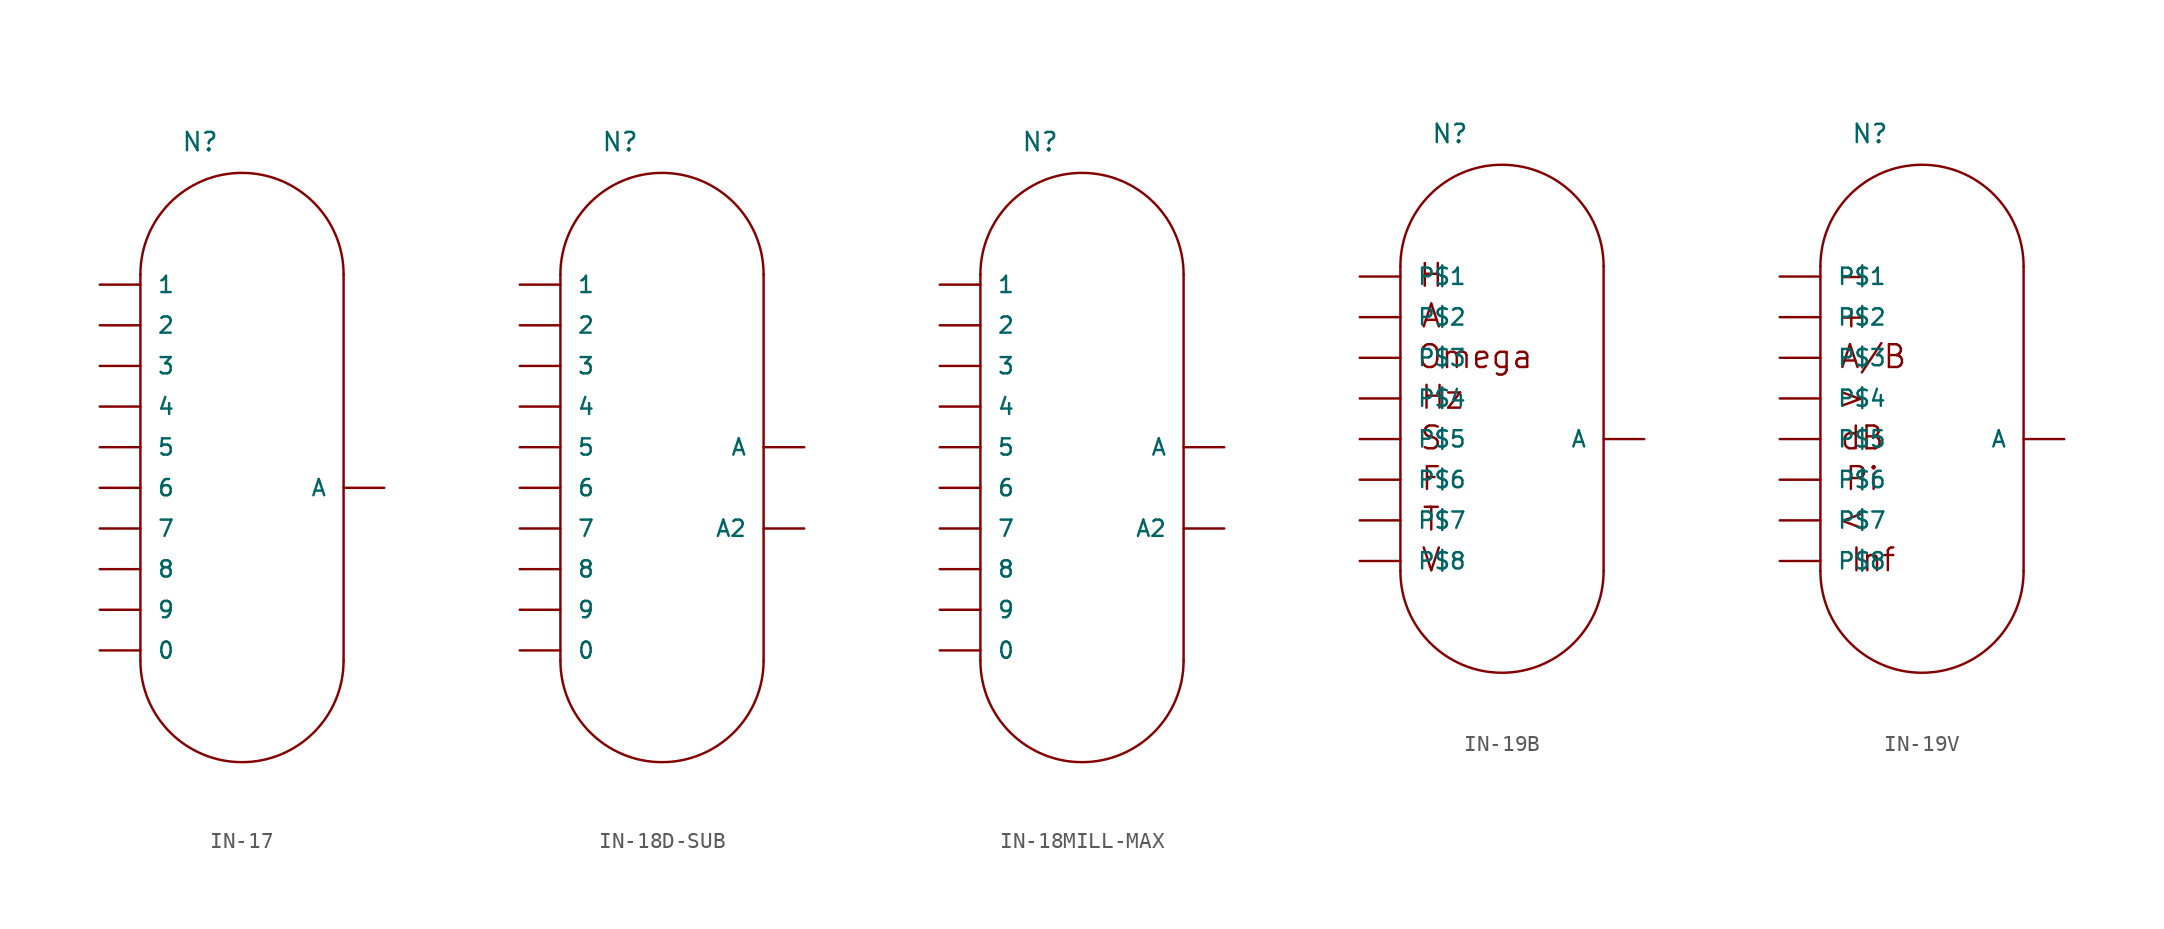
<source format=kicad_sym>
(kicad_symbol_lib
  (version 20231120)
  (generator "kicad_symbol_editor")
  (generator_version "8.0")
  (symbol "IN-17"
    (pin_numbers hide)
    (pin_names
      (offset 1.016))
    (property "Reference" "N"
      (at -2.54 20.955 0)
      (effects (font (size 1.143 1.143)) (justify left bottom)))
    (property "ki_locked" ""
      (at 0 0 0)
      (effects (font (size 1.27 1.27))))
    (symbol "IN-17_1_0"
      (polyline (pts (xy -5.08 -10.795) (xy -5.08 13.335)) (stroke (width 0) (type solid)) (fill (type none)))
      (polyline (pts (xy 7.62 -10.795) (xy 7.62 13.335)) (stroke (width 0) (type solid)) (fill (type none))))
    (symbol "IN-17_1_1"
      (arc (start -5.08 -10.795) (mid 1.27 -17.145) (end 7.62 -10.795) (stroke (width 0) (type solid)) (fill (type none)))
      (arc (start 7.62 13.335) (mid 1.27 19.685) (end -5.08 13.335) (stroke (width 0) (type solid)) (fill (type none)))
      (pin bidirectional line (at -7.62 -10.16 0) (length 2.54) (name "0" (effects (font (size 1.016 1.016)))) (number "0" (effects (font (size 1.016 1.016)))))
      (pin bidirectional line (at -7.62 12.7 0) (length 2.54) (name "1" (effects (font (size 1.016 1.016)))) (number "1" (effects (font (size 1.016 1.016)))))
      (pin bidirectional line (at -7.62 10.16 0) (length 2.54) (name "2" (effects (font (size 1.016 1.016)))) (number "2" (effects (font (size 1.016 1.016)))))
      (pin bidirectional line (at -7.62 7.62 0) (length 2.54) (name "3" (effects (font (size 1.016 1.016)))) (number "3" (effects (font (size 1.016 1.016)))))
      (pin bidirectional line (at -7.62 5.08 0) (length 2.54) (name "4" (effects (font (size 1.016 1.016)))) (number "4" (effects (font (size 1.016 1.016)))))
      (pin bidirectional line (at -7.62 2.54 0) (length 2.54) (name "5" (effects (font (size 1.016 1.016)))) (number "5" (effects (font (size 1.016 1.016)))))
      (pin bidirectional line (at -7.62 0 0) (length 2.54) (name "6" (effects (font (size 1.016 1.016)))) (number "6" (effects (font (size 1.016 1.016)))))
      (pin bidirectional line (at -7.62 -2.54 0) (length 2.54) (name "7" (effects (font (size 1.016 1.016)))) (number "7" (effects (font (size 1.016 1.016)))))
      (pin bidirectional line (at -7.62 -5.08 0) (length 2.54) (name "8" (effects (font (size 1.016 1.016)))) (number "8" (effects (font (size 1.016 1.016)))))
      (pin bidirectional line (at -7.62 -7.62 0) (length 2.54) (name "9" (effects (font (size 1.016 1.016)))) (number "9" (effects (font (size 1.016 1.016)))))
      (pin bidirectional line (at 10.16 0 180) (length 2.54) (name "A" (effects (font (size 1.016 1.016)))) (number "A" (effects (font (size 1.016 1.016)))))))
  (symbol "IN-18D-SUB"
    (pin_numbers hide)
    (pin_names
      (offset 1.016))
    (property "Reference" "N"
      (at -5.08 20.955 0)
      (effects (font (size 1.143 1.143)) (justify left bottom)))
    (property "ki_locked" ""
      (at 0 0 0)
      (effects (font (size 1.27 1.27))))
    (symbol "IN-18D-SUB_1_0"
      (polyline (pts (xy -7.62 -10.795) (xy -7.62 13.335)) (stroke (width 0) (type solid)) (fill (type none)))
      (polyline (pts (xy 5.08 -10.795) (xy 5.08 13.335)) (stroke (width 0) (type solid)) (fill (type none))))
    (symbol "IN-18D-SUB_1_1"
      (arc (start -7.62 -10.795) (mid -1.27 -17.145) (end 5.08 -10.795) (stroke (width 0) (type solid)) (fill (type none)))
      (arc (start 5.08 13.335) (mid -1.27 19.685) (end -7.62 13.335) (stroke (width 0) (type solid)) (fill (type none)))
      (pin bidirectional line (at -10.16 -10.16 0) (length 2.54) (name "0" (effects (font (size 1.016 1.016)))) (number "0" (effects (font (size 1.016 1.016)))))
      (pin bidirectional line (at -10.16 12.7 0) (length 2.54) (name "1" (effects (font (size 1.016 1.016)))) (number "1" (effects (font (size 1.016 1.016)))))
      (pin bidirectional line (at -10.16 10.16 0) (length 2.54) (name "2" (effects (font (size 1.016 1.016)))) (number "2" (effects (font (size 1.016 1.016)))))
      (pin bidirectional line (at -10.16 7.62 0) (length 2.54) (name "3" (effects (font (size 1.016 1.016)))) (number "3" (effects (font (size 1.016 1.016)))))
      (pin bidirectional line (at -10.16 5.08 0) (length 2.54) (name "4" (effects (font (size 1.016 1.016)))) (number "4" (effects (font (size 1.016 1.016)))))
      (pin bidirectional line (at -10.16 2.54 0) (length 2.54) (name "5" (effects (font (size 1.016 1.016)))) (number "5" (effects (font (size 1.016 1.016)))))
      (pin bidirectional line (at -10.16 0 0) (length 2.54) (name "6" (effects (font (size 1.016 1.016)))) (number "6" (effects (font (size 1.016 1.016)))))
      (pin bidirectional line (at -10.16 -2.54 0) (length 2.54) (name "7" (effects (font (size 1.016 1.016)))) (number "7" (effects (font (size 1.016 1.016)))))
      (pin bidirectional line (at -10.16 -5.08 0) (length 2.54) (name "8" (effects (font (size 1.016 1.016)))) (number "8" (effects (font (size 1.016 1.016)))))
      (pin bidirectional line (at -10.16 -7.62 0) (length 2.54) (name "9" (effects (font (size 1.016 1.016)))) (number "9" (effects (font (size 1.016 1.016)))))
      (pin bidirectional line (at 7.62 2.54 180) (length 2.54) (name "A" (effects (font (size 1.016 1.016)))) (number "A" (effects (font (size 1.016 1.016)))))
      (pin bidirectional line (at 7.62 -2.54 180) (length 2.54) (name "A2" (effects (font (size 1.016 1.016)))) (number "A2" (effects (font (size 1.016 1.016)))))))
  (symbol "IN-18MILL-MAX"
    (pin_numbers hide)
    (pin_names
      (offset 1.016))
    (property "Reference" "N"
      (at -5.08 20.955 0)
      (effects (font (size 1.143 1.143)) (justify left bottom)))
    (property "ki_locked" ""
      (at 0 0 0)
      (effects (font (size 1.27 1.27))))
    (symbol "IN-18MILL-MAX_1_0"
      (polyline (pts (xy -7.62 -10.795) (xy -7.62 13.335)) (stroke (width 0) (type solid)) (fill (type none)))
      (polyline (pts (xy 5.08 -10.795) (xy 5.08 13.335)) (stroke (width 0) (type solid)) (fill (type none))))
    (symbol "IN-18MILL-MAX_1_1"
      (arc (start -7.62 -10.795) (mid -1.27 -17.145) (end 5.08 -10.795) (stroke (width 0) (type solid)) (fill (type none)))
      (arc (start 5.08 13.335) (mid -1.27 19.685) (end -7.62 13.335) (stroke (width 0) (type solid)) (fill (type none)))
      (pin bidirectional line (at -10.16 -10.16 0) (length 2.54) (name "0" (effects (font (size 1.016 1.016)))) (number "0" (effects (font (size 1.016 1.016)))))
      (pin bidirectional line (at -10.16 12.7 0) (length 2.54) (name "1" (effects (font (size 1.016 1.016)))) (number "1" (effects (font (size 1.016 1.016)))))
      (pin bidirectional line (at -10.16 10.16 0) (length 2.54) (name "2" (effects (font (size 1.016 1.016)))) (number "2" (effects (font (size 1.016 1.016)))))
      (pin bidirectional line (at -10.16 7.62 0) (length 2.54) (name "3" (effects (font (size 1.016 1.016)))) (number "3" (effects (font (size 1.016 1.016)))))
      (pin bidirectional line (at -10.16 5.08 0) (length 2.54) (name "4" (effects (font (size 1.016 1.016)))) (number "4" (effects (font (size 1.016 1.016)))))
      (pin bidirectional line (at -10.16 2.54 0) (length 2.54) (name "5" (effects (font (size 1.016 1.016)))) (number "5" (effects (font (size 1.016 1.016)))))
      (pin bidirectional line (at -10.16 0 0) (length 2.54) (name "6" (effects (font (size 1.016 1.016)))) (number "6" (effects (font (size 1.016 1.016)))))
      (pin bidirectional line (at -10.16 -2.54 0) (length 2.54) (name "7" (effects (font (size 1.016 1.016)))) (number "7" (effects (font (size 1.016 1.016)))))
      (pin bidirectional line (at -10.16 -5.08 0) (length 2.54) (name "8" (effects (font (size 1.016 1.016)))) (number "8" (effects (font (size 1.016 1.016)))))
      (pin bidirectional line (at -10.16 -7.62 0) (length 2.54) (name "9" (effects (font (size 1.016 1.016)))) (number "9" (effects (font (size 1.016 1.016)))))
      (pin bidirectional line (at 7.62 2.54 180) (length 2.54) (name "A" (effects (font (size 1.016 1.016)))) (number "A" (effects (font (size 1.016 1.016)))))
      (pin bidirectional line (at 7.62 -2.54 180) (length 2.54) (name "A2" (effects (font (size 1.016 1.016)))) (number "A2" (effects (font (size 1.016 1.016)))))))
  (symbol "IN-19B"
    (pin_numbers hide)
    (pin_names
      (offset 1.016))
    (property "Reference" "N"
      (at -3.175 20.955 0)
      (effects (font (size 1.143 1.143)) (justify left bottom)))
    (property "ki_locked" ""
      (at 0 0 0)
      (effects (font (size 1.27 1.27))))
    (symbol "IN-19B_1_0"
      (polyline (pts (xy -5.08 -5.715) (xy -5.08 13.335)) (stroke (width 0) (type solid)) (fill (type none)))
      (polyline (pts (xy 7.62 -5.715) (xy 7.62 13.335)) (stroke (width 0) (type solid)) (fill (type none)))
      (text "A" (at -3.15 10.236 0) (effects (font (size 1.422 1.422))))
      (text "F" (at -3.15 0.076 0) (effects (font (size 1.422 1.422))))
      (text "H" (at -3.15 12.776 0) (effects (font (size 1.422 1.422))))
      (text "Hz" (at -2.464 5.156 0) (effects (font (size 1.422 1.422))))
      (text "Omega" (at -0.406 7.696 0) (effects (font (size 1.422 1.422))))
      (text "S" (at -3.15 2.616 0) (effects (font (size 1.422 1.422))))
      (text "T" (at -3.15 -2.464 0) (effects (font (size 1.422 1.422))))
      (text "V" (at -3.15 -5.004 0) (effects (font (size 1.422 1.422)))))
    (symbol "IN-19B_1_1"
      (arc (start -5.08 -5.715) (mid 1.27 -12.065) (end 7.62 -5.715) (stroke (width 0) (type solid)) (fill (type none)))
      (arc (start 7.62 13.335) (mid 1.27 19.685) (end -5.08 13.335) (stroke (width 0) (type solid)) (fill (type none)))
      (pin bidirectional line (at -7.62 -2.54 0) (length 2.54) (name "P$7" (effects (font (size 1.016 1.016)))) (number "10" (effects (font (size 1.016 1.016)))))
      (pin bidirectional line (at -7.62 10.16 0) (length 2.54) (name "P$2" (effects (font (size 1.016 1.016)))) (number "11" (effects (font (size 1.016 1.016)))))
      (pin bidirectional line (at -7.62 7.62 0) (length 2.54) (name "P$3" (effects (font (size 1.016 1.016)))) (number "12" (effects (font (size 1.016 1.016)))))
      (pin bidirectional line (at -7.62 5.08 0) (length 2.54) (name "P$4" (effects (font (size 1.016 1.016)))) (number "14" (effects (font (size 1.016 1.016)))))
      (pin bidirectional line (at -7.62 2.54 0) (length 2.54) (name "P$5" (effects (font (size 1.016 1.016)))) (number "2" (effects (font (size 1.016 1.016)))))
      (pin bidirectional line (at -7.62 0 0) (length 2.54) (name "P$6" (effects (font (size 1.016 1.016)))) (number "4" (effects (font (size 1.016 1.016)))))
      (pin bidirectional line (at -7.62 12.7 0) (length 2.54) (name "P$1" (effects (font (size 1.016 1.016)))) (number "5" (effects (font (size 1.016 1.016)))))
      (pin bidirectional line (at -7.62 -5.08 0) (length 2.54) (name "P$8" (effects (font (size 1.016 1.016)))) (number "6" (effects (font (size 1.016 1.016)))))
      (pin bidirectional line (at 10.16 2.54 180) (length 2.54) (name "A" (effects (font (size 1.016 1.016)))) (number "8" (effects (font (size 1.016 1.016)))))))
  (symbol "IN-19V"
    (pin_numbers hide)
    (pin_names
      (offset 1.016))
    (property "Reference" "N"
      (at -3.175 20.955 0)
      (effects (font (size 1.143 1.143)) (justify left bottom)))
    (property "ki_locked" ""
      (at 0 0 0)
      (effects (font (size 1.27 1.27))))
    (symbol "IN-19V_1_0"
      (polyline (pts (xy -5.08 -5.715) (xy -5.08 13.335)) (stroke (width 0) (type solid)) (fill (type none)))
      (polyline (pts (xy 7.62 -5.715) (xy 7.62 13.335)) (stroke (width 0) (type solid)) (fill (type none)))
      (text "+" (at -3.15 10.236 0) (effects (font (size 1.422 1.422))))
      (text "-" (at -3.15 12.776 0) (effects (font (size 1.422 1.422))))
      (text "<" (at -3.15 -2.464 0) (effects (font (size 1.422 1.422))))
      (text ">" (at -3.15 5.156 0) (effects (font (size 1.422 1.422))))
      (text "A/B" (at -1.778 7.696 0) (effects (font (size 1.422 1.422))))
      (text "dB" (at -2.464 2.616 0) (effects (font (size 1.422 1.422))))
      (text "Inf" (at -1.778 -5.004 0) (effects (font (size 1.422 1.422))))
      (text "Pi" (at -2.464 0.076 0) (effects (font (size 1.422 1.422)))))
    (symbol "IN-19V_1_1"
      (arc (start -5.08 -5.715) (mid 1.27 -12.065) (end 7.62 -5.715) (stroke (width 0) (type solid)) (fill (type none)))
      (arc (start 7.62 13.335) (mid 1.27 19.685) (end -5.08 13.335) (stroke (width 0) (type solid)) (fill (type none)))
      (pin bidirectional line (at -7.62 12.7 0) (length 2.54) (name "P$1" (effects (font (size 1.016 1.016)))) (number "10" (effects (font (size 1.016 1.016)))))
      (pin bidirectional line (at -7.62 5.08 0) (length 2.54) (name "P$4" (effects (font (size 1.016 1.016)))) (number "11" (effects (font (size 1.016 1.016)))))
      (pin bidirectional line (at -7.62 10.16 0) (length 2.54) (name "P$2" (effects (font (size 1.016 1.016)))) (number "12" (effects (font (size 1.016 1.016)))))
      (pin bidirectional line (at -7.62 2.54 0) (length 2.54) (name "P$5" (effects (font (size 1.016 1.016)))) (number "14" (effects (font (size 1.016 1.016)))))
      (pin bidirectional line (at -7.62 0 0) (length 2.54) (name "P$6" (effects (font (size 1.016 1.016)))) (number "2" (effects (font (size 1.016 1.016)))))
      (pin bidirectional line (at -7.62 7.62 0) (length 2.54) (name "P$3" (effects (font (size 1.016 1.016)))) (number "4" (effects (font (size 1.016 1.016)))))
      (pin bidirectional line (at -7.62 -5.08 0) (length 2.54) (name "P$8" (effects (font (size 1.016 1.016)))) (number "5" (effects (font (size 1.016 1.016)))))
      (pin bidirectional line (at -7.62 -2.54 0) (length 2.54) (name "P$7" (effects (font (size 1.016 1.016)))) (number "6" (effects (font (size 1.016 1.016)))))
      (pin bidirectional line (at 10.16 2.54 180) (length 2.54) (name "A" (effects (font (size 1.016 1.016)))) (number "8" (effects (font (size 1.016 1.016))))))))
</source>
